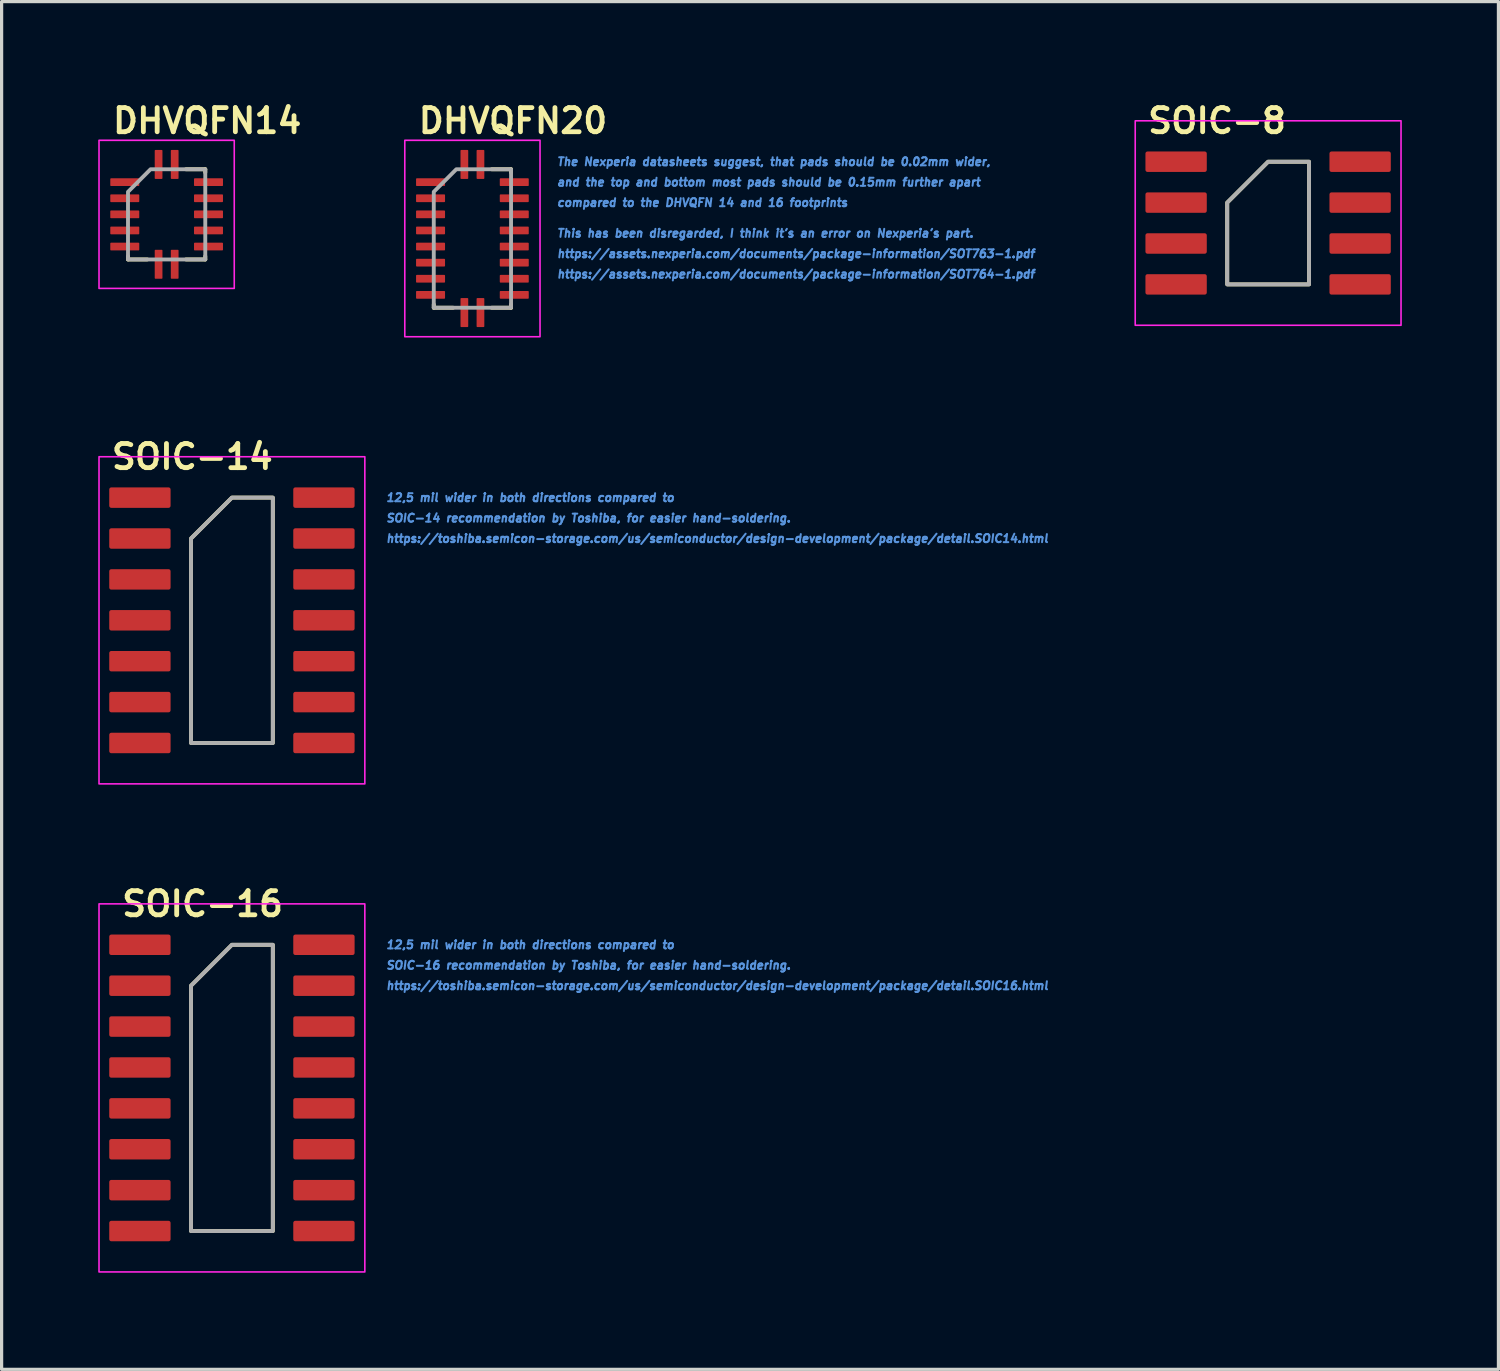
<source format=kicad_pcb>
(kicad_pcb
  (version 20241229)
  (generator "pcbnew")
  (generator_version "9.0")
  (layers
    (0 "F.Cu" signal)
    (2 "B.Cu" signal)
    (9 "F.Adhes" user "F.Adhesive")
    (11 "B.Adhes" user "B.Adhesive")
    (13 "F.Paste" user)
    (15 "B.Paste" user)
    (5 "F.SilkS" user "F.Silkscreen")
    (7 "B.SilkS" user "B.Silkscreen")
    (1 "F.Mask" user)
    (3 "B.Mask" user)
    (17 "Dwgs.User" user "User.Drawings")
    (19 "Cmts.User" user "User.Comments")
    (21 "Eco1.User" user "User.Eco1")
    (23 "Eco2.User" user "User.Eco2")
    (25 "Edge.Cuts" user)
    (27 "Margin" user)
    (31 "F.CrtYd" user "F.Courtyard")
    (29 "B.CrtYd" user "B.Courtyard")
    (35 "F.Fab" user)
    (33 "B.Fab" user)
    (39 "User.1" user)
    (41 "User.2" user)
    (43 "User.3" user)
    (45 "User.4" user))
  (footprint "DHVQFN20"
    (layer "F.Cu")
    (at 10.321 2.607)
    (property "Reference" "DHVQFN20" (at -0.45 -1.905 0) (unlocked yes) (layer "F.SilkS") (effects (font (size 0.75 0.75) (thickness 0.15)) (justify left)))
    (attr smd)
    (fp_line (start 0.1 3.8) (end 0.1 3.9) (stroke (width 0.12) (type solid)) (layer "F.SilkS"))
    (fp_line (start 0.1 3.9) (end 0.7 3.9) (stroke (width 0.12) (type solid)) (layer "F.SilkS"))
    (fp_line (start 1.9 3.9) (end 2.5 3.9) (stroke (width 0.12) (type solid)) (layer "F.SilkS"))
    (fp_line (start 2.5 -0.4) (end 1.9 -0.4) (stroke (width 0.12) (type solid)) (layer "F.SilkS"))
    (fp_line (start 2.5 -0.4) (end 2.5 -0.3) (stroke (width 0.12) (type solid)) (layer "F.SilkS"))
    (fp_line (start 2.5 3.9) (end 2.5 3.8) (stroke (width 0.12) (type solid)) (layer "F.SilkS"))
    (fp_poly (pts (xy 3.4 4.8) (xy -0.8 4.8) (xy -0.8 -1.3) (xy 3.4 -1.3)) (stroke (width 0.05) (type solid)) (fill no) (layer "F.CrtYd"))
    (fp_poly (pts (xy 2.5 3.9) (xy 0.1 3.9) (xy 0.1 0.3) (xy 0.8 -0.4) (xy 2.5 -0.4)) (stroke (width 0.12) (type solid)) (fill no) (layer "F.Fab"))
    (fp_text user "https://assets.nexperia.com/documents/package-information/SOT763-1.pdf" (at 3.9 2.223 0) (unlocked yes) (layer "Cmts.User") (effects (font (size 0.25 0.25) (thickness 0.062) (italic yes)) (justify left)))
    (fp_text user "This has been disregarded, I think it's an error on Nexperia's part." (at 3.9 1.587 0) (unlocked yes) (layer "Cmts.User") (effects (font (size 0.25 0.25) (thickness 0.062) (italic yes)) (justify left)))
    (fp_text user "https://assets.nexperia.com/documents/package-information/SOT764-1.pdf" (at 3.9 2.857 0) (unlocked yes) (layer "Cmts.User") (effects (font (size 0.25 0.25) (thickness 0.062) (italic yes)) (justify left)))
    (fp_text user "compared to the DHVQFN 14 and 16 footprints" (at 3.9 0.635 0) (unlocked yes) (layer "Cmts.User") (effects (font (size 0.25 0.25) (thickness 0.062) (italic yes)) (justify left)))
    (fp_text user "The Nexperia datasheets suggest, that pads should be 0.02mm wider," (at 3.9 -0.635 0) (unlocked yes) (layer "Cmts.User") (effects (font (size 0.25 0.25) (thickness 0.062) (italic yes)) (justify left)))
    (fp_text user "and the top and bottom most pads should be 0.15mm further apart" (at 3.9 0 0) (unlocked yes) (layer "Cmts.User") (effects (font (size 0.25 0.25) (thickness 0.062) (italic yes)) (justify left)))
    (pad "1" smd roundrect (at 1.05 -0.55 180) (size 0.24 0.9) (layers "F.Cu" "F.Mask" "F.Paste") (roundrect_rratio 0.1))
    (pad "2" smd roundrect (at 0 0 90) (size 0.24 0.9) (layers "F.Cu" "F.Mask" "F.Paste") (roundrect_rratio 0.1))
    (pad "3" smd roundrect (at 0 0.5 90) (size 0.24 0.9) (layers "F.Cu" "F.Mask" "F.Paste") (roundrect_rratio 0.1))
    (pad "4" smd roundrect (at 0 1 90) (size 0.24 0.9) (layers "F.Cu" "F.Mask" "F.Paste") (roundrect_rratio 0.1))
    (pad "5" smd roundrect (at 0 1.5 90) (size 0.24 0.9) (layers "F.Cu" "F.Mask" "F.Paste") (roundrect_rratio 0.1))
    (pad "6" smd roundrect (at 0 2 90) (size 0.24 0.9) (layers "F.Cu" "F.Mask" "F.Paste") (roundrect_rratio 0.1))
    (pad "7" smd roundrect (at 0 2.5 90) (size 0.24 0.9) (layers "F.Cu" "F.Mask" "F.Paste") (roundrect_rratio 0.1))
    (pad "8" smd roundrect (at 0 3 90) (size 0.24 0.9) (layers "F.Cu" "F.Mask" "F.Paste") (roundrect_rratio 0.1))
    (pad "9" smd roundrect (at 0 3.5 90) (size 0.24 0.9) (layers "F.Cu" "F.Mask" "F.Paste") (roundrect_rratio 0.1))
    (pad "10" smd roundrect (at 1.05 4.05 180) (size 0.24 0.9) (layers "F.Cu" "F.Mask" "F.Paste") (roundrect_rratio 0.1))
    (pad "11" smd roundrect (at 1.55 4.05 180) (size 0.24 0.9) (layers "F.Cu" "F.Mask" "F.Paste") (roundrect_rratio 0.1))
    (pad "12" smd roundrect (at 2.6 3.5 90) (size 0.24 0.9) (layers "F.Cu" "F.Mask" "F.Paste") (roundrect_rratio 0.1))
    (pad "13" smd roundrect (at 2.6 3 90) (size 0.24 0.9) (layers "F.Cu" "F.Mask" "F.Paste") (roundrect_rratio 0.1))
    (pad "14" smd roundrect (at 2.6 2.5 90) (size 0.24 0.9) (layers "F.Cu" "F.Mask" "F.Paste") (roundrect_rratio 0.1))
    (pad "15" smd roundrect (at 2.6 2 90) (size 0.24 0.9) (layers "F.Cu" "F.Mask" "F.Paste") (roundrect_rratio 0.1))
    (pad "16" smd roundrect (at 2.6 1.5 90) (size 0.24 0.9) (layers "F.Cu" "F.Mask" "F.Paste") (roundrect_rratio 0.1))
    (pad "17" smd roundrect (at 2.6 1 90) (size 0.24 0.9) (layers "F.Cu" "F.Mask" "F.Paste") (roundrect_rratio 0.1))
    (pad "18" smd roundrect (at 2.6 0.5 90) (size 0.24 0.9) (layers "F.Cu" "F.Mask" "F.Paste") (roundrect_rratio 0.1))
    (pad "19" smd roundrect (at 2.6 0 90) (size 0.24 0.9) (layers "F.Cu" "F.Mask" "F.Paste") (roundrect_rratio 0.1))
    (pad "20" smd roundrect (at 1.55 -0.55 180) (size 0.24 0.9) (layers "F.Cu" "F.Mask" "F.Paste") (roundrect_rratio 0.1)))
  (footprint "DHVQFN14"
    (layer "F.Cu")
    (at 0.825 2.607)
    (property "Reference" "DHVQFN14" (at -0.45 -1.905 0) (unlocked yes) (layer "F.SilkS") (effects (font (size 0.75 0.75) (thickness 0.15)) (justify left)))
    (attr smd)
    (fp_line (start 0.1 2.3) (end 0.1 2.4) (stroke (width 0.12) (type solid)) (layer "F.SilkS"))
    (fp_line (start 0.1 2.4) (end 0.7 2.4) (stroke (width 0.12) (type solid)) (layer "F.SilkS"))
    (fp_line (start 1.9 2.4) (end 2.5 2.4) (stroke (width 0.12) (type solid)) (layer "F.SilkS"))
    (fp_line (start 2.5 -0.4) (end 1.9 -0.4) (stroke (width 0.12) (type solid)) (layer "F.SilkS"))
    (fp_line (start 2.5 -0.4) (end 2.5 -0.3) (stroke (width 0.12) (type solid)) (layer "F.SilkS"))
    (fp_line (start 2.5 2.4) (end 2.5 2.3) (stroke (width 0.12) (type solid)) (layer "F.SilkS"))
    (fp_poly (pts (xy 3.4 3.3) (xy -0.8 3.3) (xy -0.8 -1.3) (xy 3.4 -1.3)) (stroke (width 0.05) (type solid)) (fill no) (layer "F.CrtYd"))
    (fp_poly (pts (xy 2.5 2.4) (xy 0.1 2.4) (xy 0.1 0.3) (xy 0.8 -0.4) (xy 2.5 -0.4)) (stroke (width 0.12) (type solid)) (fill no) (layer "F.Fab"))
    (pad "1" smd roundrect (at 1.05 -0.55 180) (size 0.24 0.9) (layers "F.Cu" "F.Mask" "F.Paste") (roundrect_rratio 0.1))
    (pad "2" smd roundrect (at 0 0 90) (size 0.24 0.9) (layers "F.Cu" "F.Mask" "F.Paste") (roundrect_rratio 0.1))
    (pad "3" smd roundrect (at 0 0.5 90) (size 0.24 0.9) (layers "F.Cu" "F.Mask" "F.Paste") (roundrect_rratio 0.1))
    (pad "4" smd roundrect (at 0 1 90) (size 0.24 0.9) (layers "F.Cu" "F.Mask" "F.Paste") (roundrect_rratio 0.1))
    (pad "5" smd roundrect (at 0 1.5 90) (size 0.24 0.9) (layers "F.Cu" "F.Mask" "F.Paste") (roundrect_rratio 0.1))
    (pad "6" smd roundrect (at 0 2 90) (size 0.24 0.9) (layers "F.Cu" "F.Mask" "F.Paste") (roundrect_rratio 0.1))
    (pad "7" smd roundrect (at 1.05 2.55 180) (size 0.24 0.9) (layers "F.Cu" "F.Mask" "F.Paste") (roundrect_rratio 0.1))
    (pad "8" smd roundrect (at 1.55 2.55 180) (size 0.24 0.9) (layers "F.Cu" "F.Mask" "F.Paste") (roundrect_rratio 0.1))
    (pad "9" smd roundrect (at 2.6 2 90) (size 0.24 0.9) (layers "F.Cu" "F.Mask" "F.Paste") (roundrect_rratio 0.1))
    (pad "10" smd roundrect (at 2.6 1.5 90) (size 0.24 0.9) (layers "F.Cu" "F.Mask" "F.Paste") (roundrect_rratio 0.1))
    (pad "11" smd roundrect (at 2.6 1 90) (size 0.24 0.9) (layers "F.Cu" "F.Mask" "F.Paste") (roundrect_rratio 0.1))
    (pad "12" smd roundrect (at 2.6 0.5 90) (size 0.24 0.9) (layers "F.Cu" "F.Mask" "F.Paste") (roundrect_rratio 0.1))
    (pad "13" smd roundrect (at 2.6 0 90) (size 0.24 0.9) (layers "F.Cu" "F.Mask" "F.Paste") (roundrect_rratio 0.1))
    (pad "14" smd roundrect (at 1.55 -0.55 180) (size 0.24 0.9) (layers "F.Cu" "F.Mask" "F.Paste") (roundrect_rratio 0.1)))
  (footprint "SOIC-14"
    (layer "F.Cu")
    (at 1.295 12.404)
    (property "Reference" "SOIC-14" (at -0.953 -1.27 0) (layer "F.SilkS") (effects (font (size 0.75 0.75) (thickness 0.15)) (justify left)))
    (attr smd)
    (fp_poly (pts (xy 4.128 7.62) (xy 1.587 7.62) (xy 1.587 1.27) (xy 2.857 0) (xy 4.128 0)) (stroke (width 0.12) (type solid)) (fill no) (layer "F.SilkS"))
    (fp_rect (start -1.27 -1.27) (end 6.985 8.89) (stroke (width 0.05) (type solid)) (fill no) (layer "F.CrtYd"))
    (fp_poly (pts (xy 4.128 7.62) (xy 1.587 7.62) (xy 1.587 1.27) (xy 2.857 0) (xy 4.128 0)) (stroke (width 0.12) (type solid)) (fill no) (layer "F.Fab"))
    (fp_text user "SOIC-14 recommendation by Toshiba, for easier hand-soldering." (at 7.62 0.635 0) (unlocked yes) (layer "Cmts.User") (effects (font (size 0.25 0.25) (thickness 0.062) (italic yes)) (justify left)))
    (fp_text user "https://toshiba.semicon-storage.com/us/semiconductor/design-development/package/detail.SOIC14.html" (at 7.62 1.27 0) (unlocked yes) (layer "Cmts.User") (effects (font (size 0.25 0.25) (thickness 0.062) (italic yes)) (justify left)))
    (fp_text user "12,5 mil wider in both directions compared to" (at 7.62 0 0) (unlocked yes) (layer "Cmts.User") (effects (font (size 0.25 0.25) (thickness 0.062) (italic yes)) (justify left)))
    (pad "1" smd roundrect (at 0 0) (size 1.905 0.635) (layers "F.Cu" "F.Mask" "F.Paste") (roundrect_rratio 0.1))
    (pad "2" smd roundrect (at 0 1.27) (size 1.905 0.635) (layers "F.Cu" "F.Mask" "F.Paste") (roundrect_rratio 0.1))
    (pad "3" smd roundrect (at 0 2.54) (size 1.905 0.635) (layers "F.Cu" "F.Mask" "F.Paste") (roundrect_rratio 0.1))
    (pad "4" smd roundrect (at 0 3.81) (size 1.905 0.635) (layers "F.Cu" "F.Mask" "F.Paste") (roundrect_rratio 0.1))
    (pad "5" smd roundrect (at 0 5.08) (size 1.905 0.635) (layers "F.Cu" "F.Mask" "F.Paste") (roundrect_rratio 0.1))
    (pad "6" smd roundrect (at 0 6.35) (size 1.905 0.635) (layers "F.Cu" "F.Mask" "F.Paste") (roundrect_rratio 0.1))
    (pad "7" smd roundrect (at 0 7.62) (size 1.905 0.635) (layers "F.Cu" "F.Mask" "F.Paste") (roundrect_rratio 0.1))
    (pad "8" smd roundrect (at 5.715 7.62 180) (size 1.905 0.635) (layers "F.Cu" "F.Mask" "F.Paste") (roundrect_rratio 0.1))
    (pad "9" smd roundrect (at 5.715 6.35 180) (size 1.905 0.635) (layers "F.Cu" "F.Mask" "F.Paste") (roundrect_rratio 0.1))
    (pad "10" smd roundrect (at 5.715 5.08 180) (size 1.905 0.635) (layers "F.Cu" "F.Mask" "F.Paste") (roundrect_rratio 0.1))
    (pad "11" smd roundrect (at 5.715 3.81 180) (size 1.905 0.635) (layers "F.Cu" "F.Mask" "F.Paste") (roundrect_rratio 0.1))
    (pad "12" smd roundrect (at 5.715 2.54 180) (size 1.905 0.635) (layers "F.Cu" "F.Mask" "F.Paste") (roundrect_rratio 0.1))
    (pad "13" smd roundrect (at 5.715 1.27 180) (size 1.905 0.635) (layers "F.Cu" "F.Mask" "F.Paste") (roundrect_rratio 0.1))
    (pad "14" smd roundrect (at 5.715 0 180) (size 1.905 0.635) (layers "F.Cu" "F.Mask" "F.Paste") (roundrect_rratio 0.1)))
  (footprint "SOIC-16"
    (layer "F.Cu")
    (at 1.295 26.291)
    (property "Reference" "SOIC-16" (at -0.635 -1.27 0) (layer "F.SilkS") (effects (font (size 0.75 0.75) (thickness 0.15)) (justify left)))
    (attr smd)
    (fp_poly (pts (xy 4.128 8.89) (xy 1.587 8.89) (xy 1.587 1.27) (xy 2.857 0) (xy 4.128 0)) (stroke (width 0.12) (type solid)) (fill no) (layer "F.SilkS"))
    (fp_rect (start -1.27 -1.27) (end 6.985 10.16) (stroke (width 0.05) (type solid)) (fill no) (layer "F.CrtYd"))
    (fp_poly (pts (xy 4.128 8.89) (xy 1.587 8.89) (xy 1.587 1.27) (xy 2.857 0) (xy 4.128 0)) (stroke (width 0.12) (type solid)) (fill no) (layer "F.Fab"))
    (fp_text user "SOIC-16 recommendation by Toshiba, for easier hand-soldering." (at 7.62 0.635 0) (unlocked yes) (layer "Cmts.User") (effects (font (size 0.25 0.25) (thickness 0.062) (italic yes)) (justify left)))
    (fp_text user "https://toshiba.semicon-storage.com/us/semiconductor/design-development/package/detail.SOIC16.html" (at 7.62 1.27 0) (unlocked yes) (layer "Cmts.User") (effects (font (size 0.25 0.25) (thickness 0.062) (italic yes)) (justify left)))
    (fp_text user "12,5 mil wider in both directions compared to" (at 7.62 0 0) (unlocked yes) (layer "Cmts.User") (effects (font (size 0.25 0.25) (thickness 0.062) (italic yes)) (justify left)))
    (pad "1" smd roundrect (at 0 0) (size 1.905 0.635) (layers "F.Cu" "F.Mask" "F.Paste") (roundrect_rratio 0.1))
    (pad "2" smd roundrect (at 0 1.27) (size 1.905 0.635) (layers "F.Cu" "F.Mask" "F.Paste") (roundrect_rratio 0.1))
    (pad "3" smd roundrect (at 0 2.54) (size 1.905 0.635) (layers "F.Cu" "F.Mask" "F.Paste") (roundrect_rratio 0.1))
    (pad "4" smd roundrect (at 0 3.81) (size 1.905 0.635) (layers "F.Cu" "F.Mask" "F.Paste") (roundrect_rratio 0.1))
    (pad "5" smd roundrect (at 0 5.08) (size 1.905 0.635) (layers "F.Cu" "F.Mask" "F.Paste") (roundrect_rratio 0.1))
    (pad "6" smd roundrect (at 0 6.35) (size 1.905 0.635) (layers "F.Cu" "F.Mask" "F.Paste") (roundrect_rratio 0.1))
    (pad "7" smd roundrect (at 0 7.62) (size 1.905 0.635) (layers "F.Cu" "F.Mask" "F.Paste") (roundrect_rratio 0.1))
    (pad "8" smd roundrect (at 0 8.89) (size 1.905 0.635) (layers "F.Cu" "F.Mask" "F.Paste") (roundrect_rratio 0.1))
    (pad "9" smd roundrect (at 5.715 8.89 180) (size 1.905 0.635) (layers "F.Cu" "F.Mask" "F.Paste") (roundrect_rratio 0.1))
    (pad "10" smd roundrect (at 5.715 7.62 180) (size 1.905 0.635) (layers "F.Cu" "F.Mask" "F.Paste") (roundrect_rratio 0.1))
    (pad "11" smd roundrect (at 5.715 6.35 180) (size 1.905 0.635) (layers "F.Cu" "F.Mask" "F.Paste") (roundrect_rratio 0.1))
    (pad "12" smd roundrect (at 5.715 5.08 180) (size 1.905 0.635) (layers "F.Cu" "F.Mask" "F.Paste") (roundrect_rratio 0.1))
    (pad "13" smd roundrect (at 5.715 3.81 180) (size 1.905 0.635) (layers "F.Cu" "F.Mask" "F.Paste") (roundrect_rratio 0.1))
    (pad "14" smd roundrect (at 5.715 2.54 180) (size 1.905 0.635) (layers "F.Cu" "F.Mask" "F.Paste") (roundrect_rratio 0.1))
    (pad "15" smd roundrect (at 5.715 1.27 180) (size 1.905 0.635) (layers "F.Cu" "F.Mask" "F.Paste") (roundrect_rratio 0.1))
    (pad "16" smd roundrect (at 5.715 0 180) (size 1.905 0.635) (layers "F.Cu" "F.Mask" "F.Paste") (roundrect_rratio 0.1)))
  (footprint "SOIC-8"
    (layer "F.Cu")
    (at 33.475 1.972)
    (property "Reference" "SOIC-8" (at -0.953 -1.27 0) (layer "F.SilkS") (effects (font (size 0.75 0.75) (thickness 0.15)) (justify left)))
    (attr smd)
    (fp_poly (pts (xy 4.128 3.81) (xy 1.587 3.81) (xy 1.587 1.27) (xy 2.857 0) (xy 4.128 0)) (stroke (width 0.12) (type solid)) (fill no) (layer "F.SilkS"))
    (fp_rect (start -1.27 -1.27) (end 6.985 5.08) (stroke (width 0.05) (type solid)) (fill no) (layer "F.CrtYd"))
    (fp_poly (pts (xy 4.128 3.81) (xy 1.587 3.81) (xy 1.587 1.27) (xy 2.857 0) (xy 4.128 0)) (stroke (width 0.12) (type solid)) (fill no) (layer "F.Fab"))
    (pad "1" smd roundrect (at 0 0) (size 1.905 0.635) (layers "F.Cu" "F.Mask" "F.Paste") (roundrect_rratio 0.1))
    (pad "2" smd roundrect (at 0 1.27) (size 1.905 0.635) (layers "F.Cu" "F.Mask" "F.Paste") (roundrect_rratio 0.1))
    (pad "3" smd roundrect (at 0 2.54) (size 1.905 0.635) (layers "F.Cu" "F.Mask" "F.Paste") (roundrect_rratio 0.1))
    (pad "4" smd roundrect (at 0 3.81) (size 1.905 0.635) (layers "F.Cu" "F.Mask" "F.Paste") (roundrect_rratio 0.1))
    (pad "5" smd roundrect (at 5.715 3.81) (size 1.905 0.635) (layers "F.Cu" "F.Mask" "F.Paste") (roundrect_rratio 0.1))
    (pad "6" smd roundrect (at 5.715 2.54) (size 1.905 0.635) (layers "F.Cu" "F.Mask" "F.Paste") (roundrect_rratio 0.1))
    (pad "7" smd roundrect (at 5.715 1.27) (size 1.905 0.635) (layers "F.Cu" "F.Mask" "F.Paste") (roundrect_rratio 0.1))
    (pad "8" smd roundrect (at 5.715 0 180) (size 1.905 0.635) (layers "F.Cu" "F.Mask" "F.Paste") (roundrect_rratio 0.1)))
  (gr_rect
    (start -3 -3)
    (end 43.485 39.476)
    (stroke (width 0.1) (type default))
    (fill no)
    (layer "Edge.Cuts")))
</source>
